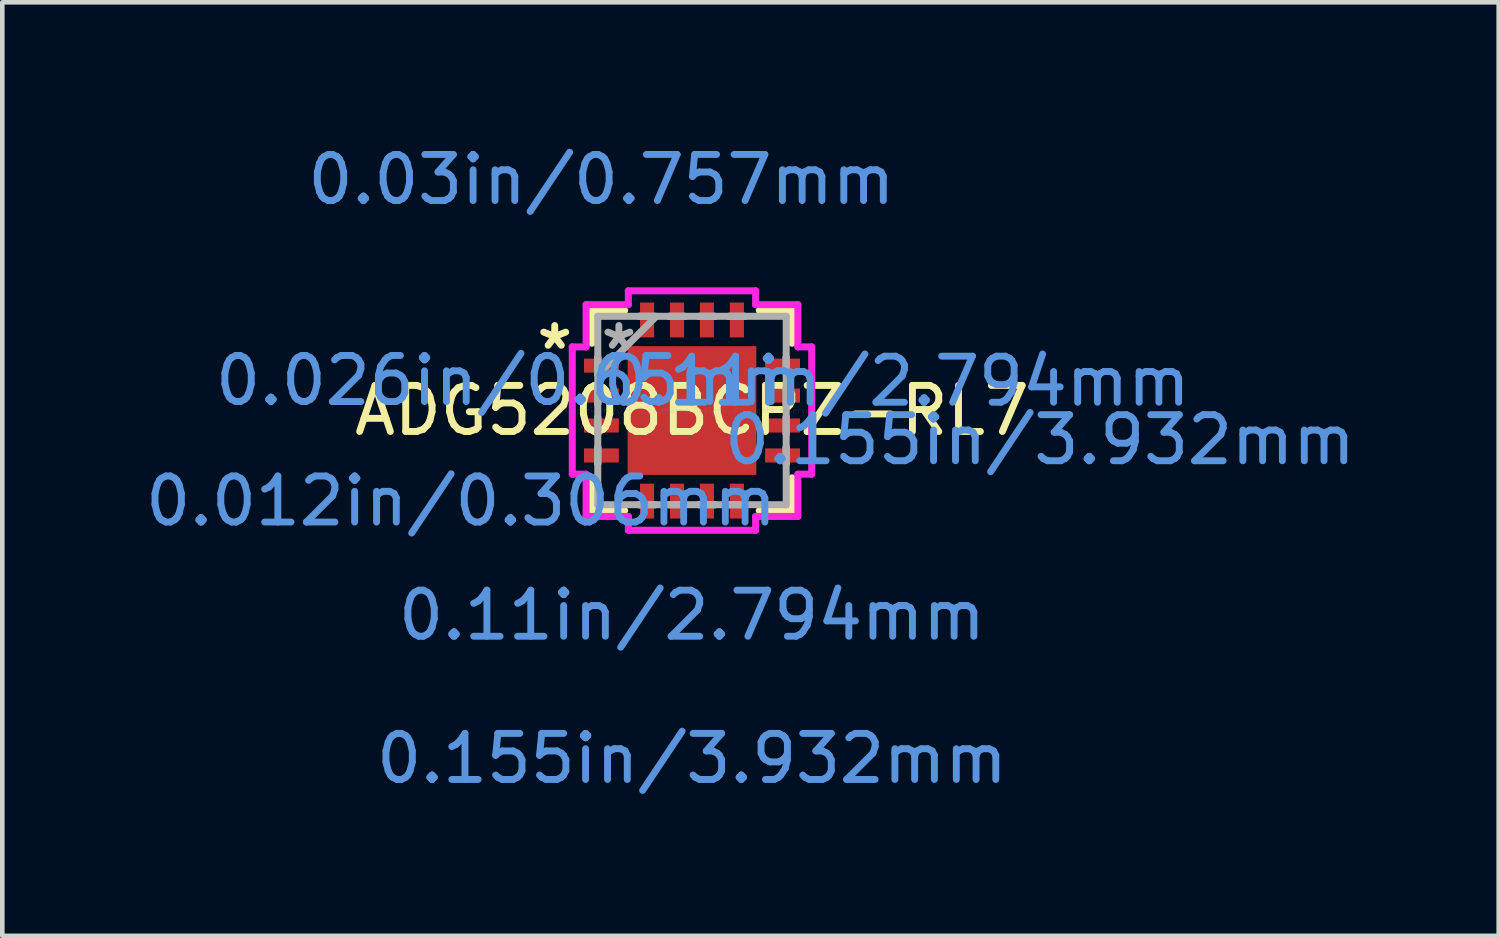
<source format=kicad_pcb>
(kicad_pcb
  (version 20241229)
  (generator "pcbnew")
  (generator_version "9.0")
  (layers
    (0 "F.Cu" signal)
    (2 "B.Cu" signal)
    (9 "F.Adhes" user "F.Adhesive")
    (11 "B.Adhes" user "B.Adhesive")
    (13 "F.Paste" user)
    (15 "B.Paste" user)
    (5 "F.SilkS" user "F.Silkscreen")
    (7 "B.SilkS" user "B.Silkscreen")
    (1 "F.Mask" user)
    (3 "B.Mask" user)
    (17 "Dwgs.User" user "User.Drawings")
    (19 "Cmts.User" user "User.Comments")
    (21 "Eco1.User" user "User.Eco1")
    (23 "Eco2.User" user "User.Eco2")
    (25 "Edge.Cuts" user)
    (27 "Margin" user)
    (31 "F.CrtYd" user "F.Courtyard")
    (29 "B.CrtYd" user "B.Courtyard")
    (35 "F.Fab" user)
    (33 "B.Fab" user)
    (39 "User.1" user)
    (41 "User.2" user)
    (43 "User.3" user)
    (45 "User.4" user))
  (footprint "ADG5208BCPZ-RL7"
    (layer "F.Cu")
    (at 11.972 5.862)
    (property "Reference" "ADG5208BCPZ-RL7" (at 0 0 0) (layer "F.SilkS") (effects (font (size 1 1) (thickness 0.15))))
    (attr through_hole)
    (fp_line (start -2.172 -2.172) (end -2.172 -1.461) (stroke (width 0.152) (type solid)) (layer "F.SilkS"))
    (fp_line (start -2.172 1.461) (end -2.172 2.172) (stroke (width 0.152) (type solid)) (layer "F.SilkS"))
    (fp_line (start -2.172 2.172) (end -1.461 2.172) (stroke (width 0.152) (type solid)) (layer "F.SilkS"))
    (fp_line (start -1.461 -2.172) (end -2.172 -2.172) (stroke (width 0.152) (type solid)) (layer "F.SilkS"))
    (fp_line (start 1.461 2.172) (end 2.172 2.172) (stroke (width 0.152) (type solid)) (layer "F.SilkS"))
    (fp_line (start 2.172 -2.172) (end 1.461 -2.172) (stroke (width 0.152) (type solid)) (layer "F.SilkS"))
    (fp_line (start 2.172 -1.461) (end 2.172 -2.172) (stroke (width 0.152) (type solid)) (layer "F.SilkS"))
    (fp_line (start 2.172 2.172) (end 2.172 1.461) (stroke (width 0.152) (type solid)) (layer "F.SilkS"))
    (fp_line (start -2.599 -1.382) (end -2.299 -1.382) (stroke (width 0.152) (type solid)) (layer "F.CrtYd"))
    (fp_line (start -2.599 1.382) (end -2.599 -1.382) (stroke (width 0.152) (type solid)) (layer "F.CrtYd"))
    (fp_line (start -2.299 -2.299) (end -1.382 -2.299) (stroke (width 0.152) (type solid)) (layer "F.CrtYd"))
    (fp_line (start -2.299 -1.382) (end -2.299 -2.299) (stroke (width 0.152) (type solid)) (layer "F.CrtYd"))
    (fp_line (start -2.299 1.382) (end -2.599 1.382) (stroke (width 0.152) (type solid)) (layer "F.CrtYd"))
    (fp_line (start -2.299 2.299) (end -2.299 1.382) (stroke (width 0.152) (type solid)) (layer "F.CrtYd"))
    (fp_line (start -1.382 -2.599) (end 1.382 -2.599) (stroke (width 0.152) (type solid)) (layer "F.CrtYd"))
    (fp_line (start -1.382 -2.299) (end -1.382 -2.599) (stroke (width 0.152) (type solid)) (layer "F.CrtYd"))
    (fp_line (start -1.382 2.299) (end -2.299 2.299) (stroke (width 0.152) (type solid)) (layer "F.CrtYd"))
    (fp_line (start -1.382 2.599) (end -1.382 2.299) (stroke (width 0.152) (type solid)) (layer "F.CrtYd"))
    (fp_line (start 1.382 -2.599) (end 1.382 -2.299) (stroke (width 0.152) (type solid)) (layer "F.CrtYd"))
    (fp_line (start 1.382 -2.299) (end 2.299 -2.299) (stroke (width 0.152) (type solid)) (layer "F.CrtYd"))
    (fp_line (start 1.382 2.299) (end 1.382 2.599) (stroke (width 0.152) (type solid)) (layer "F.CrtYd"))
    (fp_line (start 1.382 2.599) (end -1.382 2.599) (stroke (width 0.152) (type solid)) (layer "F.CrtYd"))
    (fp_line (start 2.299 -2.299) (end 2.299 -1.382) (stroke (width 0.152) (type solid)) (layer "F.CrtYd"))
    (fp_line (start 2.299 -1.382) (end 2.599 -1.382) (stroke (width 0.152) (type solid)) (layer "F.CrtYd"))
    (fp_line (start 2.299 1.382) (end 2.299 2.299) (stroke (width 0.152) (type solid)) (layer "F.CrtYd"))
    (fp_line (start 2.299 2.299) (end 1.382 2.299) (stroke (width 0.152) (type solid)) (layer "F.CrtYd"))
    (fp_line (start 2.599 -1.382) (end 2.599 1.382) (stroke (width 0.152) (type solid)) (layer "F.CrtYd"))
    (fp_line (start 2.599 1.382) (end 2.299 1.382) (stroke (width 0.152) (type solid)) (layer "F.CrtYd"))
    (fp_line (start -2.045 -2.045) (end -2.045 -2.045) (stroke (width 0.152) (type solid)) (layer "F.Fab"))
    (fp_line (start -2.045 -2.045) (end -2.045 2.045) (stroke (width 0.152) (type solid)) (layer "F.Fab"))
    (fp_line (start -2.045 -1.153) (end -2.045 -1.153) (stroke (width 0.152) (type solid)) (layer "F.Fab"))
    (fp_line (start -2.045 -1.153) (end -2.045 -0.797) (stroke (width 0.152) (type solid)) (layer "F.Fab"))
    (fp_line (start -2.045 -0.797) (end -2.045 -1.153) (stroke (width 0.152) (type solid)) (layer "F.Fab"))
    (fp_line (start -2.045 -0.797) (end -2.045 -0.797) (stroke (width 0.152) (type solid)) (layer "F.Fab"))
    (fp_line (start -2.045 -0.775) (end -0.775 -2.045) (stroke (width 0.152) (type solid)) (layer "F.Fab"))
    (fp_line (start -2.045 -0.503) (end -2.045 -0.503) (stroke (width 0.152) (type solid)) (layer "F.Fab"))
    (fp_line (start -2.045 -0.503) (end -2.045 -0.147) (stroke (width 0.152) (type solid)) (layer "F.Fab"))
    (fp_line (start -2.045 -0.147) (end -2.045 -0.503) (stroke (width 0.152) (type solid)) (layer "F.Fab"))
    (fp_line (start -2.045 -0.147) (end -2.045 -0.147) (stroke (width 0.152) (type solid)) (layer "F.Fab"))
    (fp_line (start -2.045 0.147) (end -2.045 0.147) (stroke (width 0.152) (type solid)) (layer "F.Fab"))
    (fp_line (start -2.045 0.147) (end -2.045 0.503) (stroke (width 0.152) (type solid)) (layer "F.Fab"))
    (fp_line (start -2.045 0.503) (end -2.045 0.147) (stroke (width 0.152) (type solid)) (layer "F.Fab"))
    (fp_line (start -2.045 0.503) (end -2.045 0.503) (stroke (width 0.152) (type solid)) (layer "F.Fab"))
    (fp_line (start -2.045 0.797) (end -2.045 0.797) (stroke (width 0.152) (type solid)) (layer "F.Fab"))
    (fp_line (start -2.045 0.797) (end -2.045 1.153) (stroke (width 0.152) (type solid)) (layer "F.Fab"))
    (fp_line (start -2.045 1.153) (end -2.045 0.797) (stroke (width 0.152) (type solid)) (layer "F.Fab"))
    (fp_line (start -2.045 1.153) (end -2.045 1.153) (stroke (width 0.152) (type solid)) (layer "F.Fab"))
    (fp_line (start -2.045 2.045) (end -2.045 2.045) (stroke (width 0.152) (type solid)) (layer "F.Fab"))
    (fp_line (start -2.045 2.045) (end 2.045 2.045) (stroke (width 0.152) (type solid)) (layer "F.Fab"))
    (fp_line (start -1.153 -2.045) (end -1.153 -2.045) (stroke (width 0.152) (type solid)) (layer "F.Fab"))
    (fp_line (start -1.153 -2.045) (end -0.797 -2.045) (stroke (width 0.152) (type solid)) (layer "F.Fab"))
    (fp_line (start -1.153 2.045) (end -1.153 2.045) (stroke (width 0.152) (type solid)) (layer "F.Fab"))
    (fp_line (start -1.153 2.045) (end -0.797 2.045) (stroke (width 0.152) (type solid)) (layer "F.Fab"))
    (fp_line (start -0.797 -2.045) (end -1.153 -2.045) (stroke (width 0.152) (type solid)) (layer "F.Fab"))
    (fp_line (start -0.797 -2.045) (end -0.797 -2.045) (stroke (width 0.152) (type solid)) (layer "F.Fab"))
    (fp_line (start -0.797 2.045) (end -1.153 2.045) (stroke (width 0.152) (type solid)) (layer "F.Fab"))
    (fp_line (start -0.797 2.045) (end -0.797 2.045) (stroke (width 0.152) (type solid)) (layer "F.Fab"))
    (fp_line (start -0.503 -2.045) (end -0.503 -2.045) (stroke (width 0.152) (type solid)) (layer "F.Fab"))
    (fp_line (start -0.503 -2.045) (end -0.147 -2.045) (stroke (width 0.152) (type solid)) (layer "F.Fab"))
    (fp_line (start -0.503 2.045) (end -0.503 2.045) (stroke (width 0.152) (type solid)) (layer "F.Fab"))
    (fp_line (start -0.503 2.045) (end -0.147 2.045) (stroke (width 0.152) (type solid)) (layer "F.Fab"))
    (fp_line (start -0.147 -2.045) (end -0.503 -2.045) (stroke (width 0.152) (type solid)) (layer "F.Fab"))
    (fp_line (start -0.147 -2.045) (end -0.147 -2.045) (stroke (width 0.152) (type solid)) (layer "F.Fab"))
    (fp_line (start -0.147 2.045) (end -0.503 2.045) (stroke (width 0.152) (type solid)) (layer "F.Fab"))
    (fp_line (start -0.147 2.045) (end -0.147 2.045) (stroke (width 0.152) (type solid)) (layer "F.Fab"))
    (fp_line (start 0.147 -2.045) (end 0.147 -2.045) (stroke (width 0.152) (type solid)) (layer "F.Fab"))
    (fp_line (start 0.147 -2.045) (end 0.503 -2.045) (stroke (width 0.152) (type solid)) (layer "F.Fab"))
    (fp_line (start 0.147 2.045) (end 0.147 2.045) (stroke (width 0.152) (type solid)) (layer "F.Fab"))
    (fp_line (start 0.147 2.045) (end 0.503 2.045) (stroke (width 0.152) (type solid)) (layer "F.Fab"))
    (fp_line (start 0.503 -2.045) (end 0.147 -2.045) (stroke (width 0.152) (type solid)) (layer "F.Fab"))
    (fp_line (start 0.503 -2.045) (end 0.503 -2.045) (stroke (width 0.152) (type solid)) (layer "F.Fab"))
    (fp_line (start 0.503 2.045) (end 0.147 2.045) (stroke (width 0.152) (type solid)) (layer "F.Fab"))
    (fp_line (start 0.503 2.045) (end 0.503 2.045) (stroke (width 0.152) (type solid)) (layer "F.Fab"))
    (fp_line (start 0.797 -2.045) (end 0.797 -2.045) (stroke (width 0.152) (type solid)) (layer "F.Fab"))
    (fp_line (start 0.797 -2.045) (end 1.153 -2.045) (stroke (width 0.152) (type solid)) (layer "F.Fab"))
    (fp_line (start 0.797 2.045) (end 0.797 2.045) (stroke (width 0.152) (type solid)) (layer "F.Fab"))
    (fp_line (start 0.797 2.045) (end 1.153 2.045) (stroke (width 0.152) (type solid)) (layer "F.Fab"))
    (fp_line (start 1.153 -2.045) (end 0.797 -2.045) (stroke (width 0.152) (type solid)) (layer "F.Fab"))
    (fp_line (start 1.153 -2.045) (end 1.153 -2.045) (stroke (width 0.152) (type solid)) (layer "F.Fab"))
    (fp_line (start 1.153 2.045) (end 0.797 2.045) (stroke (width 0.152) (type solid)) (layer "F.Fab"))
    (fp_line (start 1.153 2.045) (end 1.153 2.045) (stroke (width 0.152) (type solid)) (layer "F.Fab"))
    (fp_line (start 2.045 -2.045) (end -2.045 -2.045) (stroke (width 0.152) (type solid)) (layer "F.Fab"))
    (fp_line (start 2.045 -2.045) (end 2.045 -2.045) (stroke (width 0.152) (type solid)) (layer "F.Fab"))
    (fp_line (start 2.045 -1.153) (end 2.045 -1.153) (stroke (width 0.152) (type solid)) (layer "F.Fab"))
    (fp_line (start 2.045 -1.153) (end 2.045 -0.797) (stroke (width 0.152) (type solid)) (layer "F.Fab"))
    (fp_line (start 2.045 -0.797) (end 2.045 -1.153) (stroke (width 0.152) (type solid)) (layer "F.Fab"))
    (fp_line (start 2.045 -0.797) (end 2.045 -0.797) (stroke (width 0.152) (type solid)) (layer "F.Fab"))
    (fp_line (start 2.045 -0.503) (end 2.045 -0.503) (stroke (width 0.152) (type solid)) (layer "F.Fab"))
    (fp_line (start 2.045 -0.503) (end 2.045 -0.147) (stroke (width 0.152) (type solid)) (layer "F.Fab"))
    (fp_line (start 2.045 -0.147) (end 2.045 -0.503) (stroke (width 0.152) (type solid)) (layer "F.Fab"))
    (fp_line (start 2.045 -0.147) (end 2.045 -0.147) (stroke (width 0.152) (type solid)) (layer "F.Fab"))
    (fp_line (start 2.045 0.147) (end 2.045 0.147) (stroke (width 0.152) (type solid)) (layer "F.Fab"))
    (fp_line (start 2.045 0.147) (end 2.045 0.503) (stroke (width 0.152) (type solid)) (layer "F.Fab"))
    (fp_line (start 2.045 0.503) (end 2.045 0.147) (stroke (width 0.152) (type solid)) (layer "F.Fab"))
    (fp_line (start 2.045 0.503) (end 2.045 0.503) (stroke (width 0.152) (type solid)) (layer "F.Fab"))
    (fp_line (start 2.045 0.797) (end 2.045 0.797) (stroke (width 0.152) (type solid)) (layer "F.Fab"))
    (fp_line (start 2.045 0.797) (end 2.045 1.153) (stroke (width 0.152) (type solid)) (layer "F.Fab"))
    (fp_line (start 2.045 1.153) (end 2.045 0.797) (stroke (width 0.152) (type solid)) (layer "F.Fab"))
    (fp_line (start 2.045 1.153) (end 2.045 1.153) (stroke (width 0.152) (type solid)) (layer "F.Fab"))
    (fp_line (start 2.045 2.045) (end 2.045 -2.045) (stroke (width 0.152) (type solid)) (layer "F.Fab"))
    (fp_line (start 2.045 2.045) (end 2.045 2.045) (stroke (width 0.152) (type solid)) (layer "F.Fab"))
    (fp_text user "*" (at -2.98 -1.3 0) (layer "F.SilkS") (effects (font (size 1 1) (thickness 0.15))))
    (fp_text user "0.155in/3.932mm" (at 0 7.554 0) (layer "Cmts.User") (effects (font (size 1 1) (thickness 0.15))))
    (fp_text user "Copyright 2016 Accelerated Designs. All rights reserved." (at 0 0 0) (layer "Cmts.User") (effects (font (size 0.127 0.127) (thickness 0.002))))
    (fp_text user "0.11in/2.794mm" (at 4.445 -0.635 0) (layer "Cmts.User") (effects (font (size 1 1) (thickness 0.15))))
    (fp_text user "0.026in/0.65mm" (at -3.973 -0.65 0) (layer "Cmts.User") (effects (font (size 1 1) (thickness 0.15))))
    (fp_text user "0.11in/2.794mm" (at 0 4.445 0) (layer "Cmts.User") (effects (font (size 1 1) (thickness 0.15))))
    (fp_text user "0.155in/3.932mm" (at 7.554 0.635 0) (layer "Cmts.User") (effects (font (size 1 1) (thickness 0.15))))
    (fp_text user "0.03in/0.757mm" (at -1.966 -5.014 0) (layer "Cmts.User") (effects (font (size 1 1) (thickness 0.15))))
    (fp_text user "0.012in/0.306mm" (at -5.014 1.966 0) (layer "Cmts.User") (effects (font (size 1 1) (thickness 0.15))))
    (fp_text user "*" (at -1.587 -1.3 0) (layer "F.Fab") (effects (font (size 1 1) (thickness 0.15))))
    (pad "1" smd rect (at -1.966 -0.975 90) (size 0.306 0.757) (layers "F.Cu" "F.Mask" "F.Paste"))
    (pad "2" smd rect (at -1.966 -0.325 90) (size 0.306 0.757) (layers "F.Cu" "F.Mask" "F.Paste"))
    (pad "3" smd rect (at -1.966 0.325 90) (size 0.306 0.757) (layers "F.Cu" "F.Mask" "F.Paste"))
    (pad "4" smd rect (at -1.966 0.975 90) (size 0.306 0.757) (layers "F.Cu" "F.Mask" "F.Paste"))
    (pad "5" smd rect (at -0.975 1.966) (size 0.306 0.757) (layers "F.Cu" "F.Mask" "F.Paste"))
    (pad "6" smd rect (at -0.325 1.966) (size 0.306 0.757) (layers "F.Cu" "F.Mask" "F.Paste"))
    (pad "7" smd rect (at 0.325 1.966) (size 0.306 0.757) (layers "F.Cu" "F.Mask" "F.Paste"))
    (pad "8" smd rect (at 0.975 1.966) (size 0.306 0.757) (layers "F.Cu" "F.Mask" "F.Paste"))
    (pad "9" smd rect (at 1.966 0.975 90) (size 0.306 0.757) (layers "F.Cu" "F.Mask" "F.Paste"))
    (pad "10" smd rect (at 1.966 0.325 90) (size 0.306 0.757) (layers "F.Cu" "F.Mask" "F.Paste"))
    (pad "11" smd rect (at 1.966 -0.325 90) (size 0.306 0.757) (layers "F.Cu" "F.Mask" "F.Paste"))
    (pad "12" smd rect (at 1.966 -0.975 90) (size 0.306 0.757) (layers "F.Cu" "F.Mask" "F.Paste"))
    (pad "13" smd rect (at 0.975 -1.966) (size 0.306 0.757) (layers "F.Cu" "F.Mask" "F.Paste"))
    (pad "14" smd rect (at 0.325 -1.966) (size 0.306 0.757) (layers "F.Cu" "F.Mask" "F.Paste"))
    (pad "15" smd rect (at -0.325 -1.966) (size 0.306 0.757) (layers "F.Cu" "F.Mask" "F.Paste"))
    (pad "16" smd rect (at -0.975 -1.966) (size 0.306 0.757) (layers "F.Cu" "F.Mask" "F.Paste"))
    (pad "17" smd rect (at 0 0) (size 2.794 2.794) (layers "F.Cu" "F.Mask" "F.Paste")))
  (gr_rect
    (start -3 -3)
    (end 29.485 17.265)
    (stroke (width 0.1) (type default))
    (fill no)
    (layer "Edge.Cuts")))
</source>
